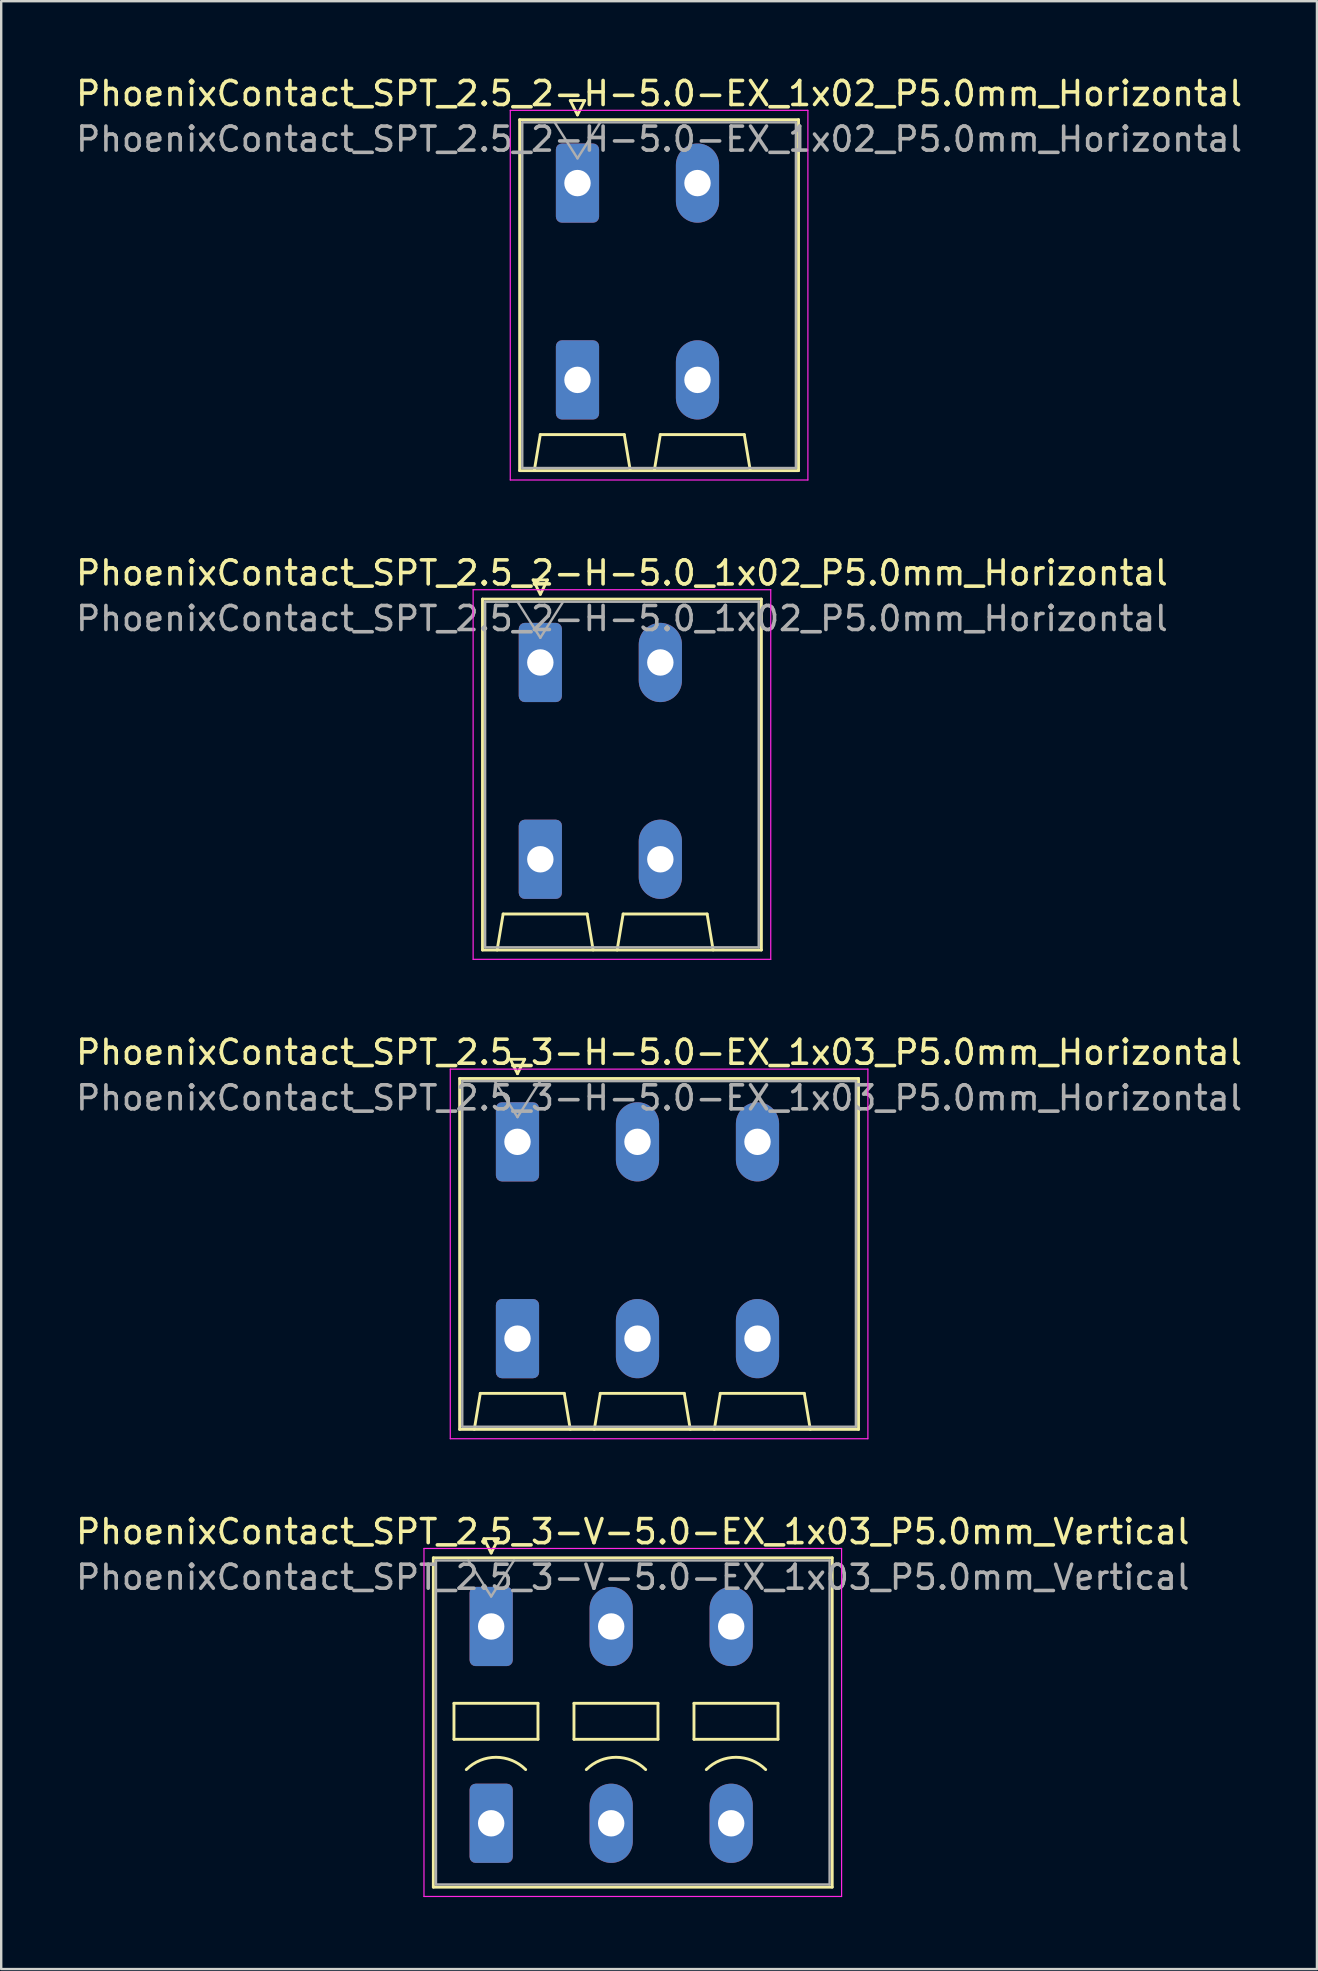
<source format=kicad_pcb>
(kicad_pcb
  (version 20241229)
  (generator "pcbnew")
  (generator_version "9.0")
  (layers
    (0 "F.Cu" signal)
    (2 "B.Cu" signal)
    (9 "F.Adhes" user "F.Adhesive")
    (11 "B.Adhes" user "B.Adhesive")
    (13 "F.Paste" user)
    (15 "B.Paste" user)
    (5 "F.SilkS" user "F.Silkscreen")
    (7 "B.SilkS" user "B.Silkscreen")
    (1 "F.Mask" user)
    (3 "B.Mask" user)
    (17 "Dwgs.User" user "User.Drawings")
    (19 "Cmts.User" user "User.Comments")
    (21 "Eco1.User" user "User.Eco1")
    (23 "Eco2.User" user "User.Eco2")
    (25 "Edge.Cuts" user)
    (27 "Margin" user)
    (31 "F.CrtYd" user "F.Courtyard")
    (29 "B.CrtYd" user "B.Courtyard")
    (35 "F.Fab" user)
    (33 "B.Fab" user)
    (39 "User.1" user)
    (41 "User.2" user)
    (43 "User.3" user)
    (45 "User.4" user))
  (footprint "PhoenixContact_SPT_2.5_3-H-5.0-EX_1x03_P5.0mm_Horizontal"
    (layer "F.Cu")
    (at 18.511 44.525)
    (property "Reference" "PhoenixContact_SPT_2.5_3-H-5.0-EX_1x03_P5.0mm_Horizontal" (at 5.9 -3.73 0) (layer "F.SilkS") (effects (font (size 1 1) (thickness 0.15))))
    (attr through_hole)
    (fp_line (start -2.41 -2.64) (end 14.21 -2.64) (stroke (width 0.12) (type solid)) (layer "F.SilkS"))
    (fp_line (start -2.41 11.98) (end -2.41 -2.64) (stroke (width 0.12) (type solid)) (layer "F.SilkS"))
    (fp_line (start -1.8 11.98) (end -1.55 10.48) (stroke (width 0.12) (type solid)) (layer "F.SilkS"))
    (fp_line (start -1.55 10.48) (end 1.95 10.48) (stroke (width 0.12) (type solid)) (layer "F.SilkS"))
    (fp_line (start -0.3 -3.44) (end 0 -2.84) (stroke (width 0.12) (type solid)) (layer "F.SilkS"))
    (fp_line (start -0.3 -3.44) (end 0.3 -3.44) (stroke (width 0.12) (type solid)) (layer "F.SilkS"))
    (fp_line (start 0.3 -3.44) (end 0 -2.84) (stroke (width 0.12) (type solid)) (layer "F.SilkS"))
    (fp_line (start 2.2 11.98) (end 1.95 10.48) (stroke (width 0.12) (type solid)) (layer "F.SilkS"))
    (fp_line (start 3.2 11.98) (end 3.45 10.48) (stroke (width 0.12) (type solid)) (layer "F.SilkS"))
    (fp_line (start 3.45 10.48) (end 6.95 10.48) (stroke (width 0.12) (type solid)) (layer "F.SilkS"))
    (fp_line (start 7.2 11.98) (end 6.95 10.48) (stroke (width 0.12) (type solid)) (layer "F.SilkS"))
    (fp_line (start 8.2 11.98) (end 8.45 10.48) (stroke (width 0.12) (type solid)) (layer "F.SilkS"))
    (fp_line (start 8.45 10.48) (end 11.95 10.48) (stroke (width 0.12) (type solid)) (layer "F.SilkS"))
    (fp_line (start 12.2 11.98) (end 11.95 10.48) (stroke (width 0.12) (type solid)) (layer "F.SilkS"))
    (fp_line (start 14.21 -2.64) (end 14.21 11.98) (stroke (width 0.12) (type solid)) (layer "F.SilkS"))
    (fp_line (start 14.21 11.98) (end -2.41 11.98) (stroke (width 0.12) (type solid)) (layer "F.SilkS"))
    (fp_line (start -2.8 -3.03) (end -2.8 12.37) (stroke (width 0.05) (type solid)) (layer "F.CrtYd"))
    (fp_line (start -2.8 12.37) (end 14.6 12.37) (stroke (width 0.05) (type solid)) (layer "F.CrtYd"))
    (fp_line (start 14.6 -3.03) (end -2.8 -3.03) (stroke (width 0.05) (type solid)) (layer "F.CrtYd"))
    (fp_line (start 14.6 12.37) (end 14.6 -3.03) (stroke (width 0.05) (type solid)) (layer "F.CrtYd"))
    (fp_line (start -2.3 -2.53) (end -2.3 11.87) (stroke (width 0.1) (type solid)) (layer "F.Fab"))
    (fp_line (start -2.3 11.87) (end 14.1 11.87) (stroke (width 0.1) (type solid)) (layer "F.Fab"))
    (fp_line (start -0.95 -2.53) (end 0 -1.03) (stroke (width 0.1) (type solid)) (layer "F.Fab"))
    (fp_line (start 0.95 -2.53) (end 0 -1.03) (stroke (width 0.1) (type solid)) (layer "F.Fab"))
    (fp_line (start 14.1 -2.53) (end -2.3 -2.53) (stroke (width 0.1) (type solid)) (layer "F.Fab"))
    (fp_line (start 14.1 11.87) (end 14.1 -2.53) (stroke (width 0.1) (type solid)) (layer "F.Fab"))
    (fp_text user "${REFERENCE}" (at 5.9 -1.83 0) (layer "F.Fab") (effects (font (size 1 1) (thickness 0.15))))
    (pad "1" thru_hole roundrect (at 0 0) (size 1.8 3.3) (drill 1.1) (layers "*.Cu" "*.Mask") (roundrect_rratio 0.139))
    (pad "1" thru_hole roundrect (at 0 8.2) (size 1.8 3.3) (drill 1.1) (layers "*.Cu" "*.Mask") (roundrect_rratio 0.139))
    (pad "2" thru_hole oval (at 5 0) (size 1.8 3.3) (drill 1.1) (layers "*.Cu" "*.Mask"))
    (pad "2" thru_hole oval (at 5 8.2) (size 1.8 3.3) (drill 1.1) (layers "*.Cu" "*.Mask"))
    (pad "3" thru_hole oval (at 10 0) (size 1.8 3.3) (drill 1.1) (layers "*.Cu" "*.Mask"))
    (pad "3" thru_hole oval (at 10 8.2) (size 1.8 3.3) (drill 1.1) (layers "*.Cu" "*.Mask")))
  (footprint "PhoenixContact_SPT_2.5_2-H-5.0-EX_1x02_P5.0mm_Horizontal"
    (layer "F.Cu")
    (at 21.011 4.578)
    (property "Reference" "PhoenixContact_SPT_2.5_2-H-5.0-EX_1x02_P5.0mm_Horizontal" (at 3.4 -3.73 0) (layer "F.SilkS") (effects (font (size 1 1) (thickness 0.15))))
    (attr through_hole)
    (fp_line (start -2.41 -2.64) (end 9.21 -2.64) (stroke (width 0.12) (type solid)) (layer "F.SilkS"))
    (fp_line (start -2.41 11.98) (end -2.41 -2.64) (stroke (width 0.12) (type solid)) (layer "F.SilkS"))
    (fp_line (start -1.8 11.98) (end -1.55 10.48) (stroke (width 0.12) (type solid)) (layer "F.SilkS"))
    (fp_line (start -1.55 10.48) (end 1.95 10.48) (stroke (width 0.12) (type solid)) (layer "F.SilkS"))
    (fp_line (start -0.3 -3.44) (end 0 -2.84) (stroke (width 0.12) (type solid)) (layer "F.SilkS"))
    (fp_line (start -0.3 -3.44) (end 0.3 -3.44) (stroke (width 0.12) (type solid)) (layer "F.SilkS"))
    (fp_line (start 0.3 -3.44) (end 0 -2.84) (stroke (width 0.12) (type solid)) (layer "F.SilkS"))
    (fp_line (start 2.2 11.98) (end 1.95 10.48) (stroke (width 0.12) (type solid)) (layer "F.SilkS"))
    (fp_line (start 3.2 11.98) (end 3.45 10.48) (stroke (width 0.12) (type solid)) (layer "F.SilkS"))
    (fp_line (start 3.45 10.48) (end 6.95 10.48) (stroke (width 0.12) (type solid)) (layer "F.SilkS"))
    (fp_line (start 7.2 11.98) (end 6.95 10.48) (stroke (width 0.12) (type solid)) (layer "F.SilkS"))
    (fp_line (start 9.21 -2.64) (end 9.21 11.98) (stroke (width 0.12) (type solid)) (layer "F.SilkS"))
    (fp_line (start 9.21 11.98) (end -2.41 11.98) (stroke (width 0.12) (type solid)) (layer "F.SilkS"))
    (fp_line (start -2.8 -3.03) (end -2.8 12.37) (stroke (width 0.05) (type solid)) (layer "F.CrtYd"))
    (fp_line (start -2.8 12.37) (end 9.6 12.37) (stroke (width 0.05) (type solid)) (layer "F.CrtYd"))
    (fp_line (start 9.6 -3.03) (end -2.8 -3.03) (stroke (width 0.05) (type solid)) (layer "F.CrtYd"))
    (fp_line (start 9.6 12.37) (end 9.6 -3.03) (stroke (width 0.05) (type solid)) (layer "F.CrtYd"))
    (fp_line (start -2.3 -2.53) (end -2.3 11.87) (stroke (width 0.1) (type solid)) (layer "F.Fab"))
    (fp_line (start -2.3 11.87) (end 9.1 11.87) (stroke (width 0.1) (type solid)) (layer "F.Fab"))
    (fp_line (start -0.95 -2.53) (end 0 -1.03) (stroke (width 0.1) (type solid)) (layer "F.Fab"))
    (fp_line (start 0.95 -2.53) (end 0 -1.03) (stroke (width 0.1) (type solid)) (layer "F.Fab"))
    (fp_line (start 9.1 -2.53) (end -2.3 -2.53) (stroke (width 0.1) (type solid)) (layer "F.Fab"))
    (fp_line (start 9.1 11.87) (end 9.1 -2.53) (stroke (width 0.1) (type solid)) (layer "F.Fab"))
    (fp_text user "${REFERENCE}" (at 3.4 -1.83 0) (layer "F.Fab") (effects (font (size 1 1) (thickness 0.15))))
    (pad "1" thru_hole roundrect (at 0 0) (size 1.8 3.3) (drill 1.1) (layers "*.Cu" "*.Mask") (roundrect_rratio 0.139))
    (pad "1" thru_hole roundrect (at 0 8.2) (size 1.8 3.3) (drill 1.1) (layers "*.Cu" "*.Mask") (roundrect_rratio 0.139))
    (pad "2" thru_hole oval (at 5 0) (size 1.8 3.3) (drill 1.1) (layers "*.Cu" "*.Mask"))
    (pad "2" thru_hole oval (at 5 8.2) (size 1.8 3.3) (drill 1.1) (layers "*.Cu" "*.Mask")))
  (footprint "PhoenixContact_SPT_2.5_3-V-5.0-EX_1x03_P5.0mm_Vertical"
    (layer "F.Cu")
    (at 17.415 64.718)
    (property "Reference" "PhoenixContact_SPT_2.5_3-V-5.0-EX_1x03_P5.0mm_Vertical" (at 5.9 -3.95 0) (layer "F.SilkS") (effects (font (size 1 1) (thickness 0.15))))
    (attr through_hole)
    (fp_line (start -2.41 -2.86) (end 14.21 -2.86) (stroke (width 0.12) (type solid)) (layer "F.SilkS"))
    (fp_line (start -2.41 10.86) (end -2.41 -2.86) (stroke (width 0.12) (type solid)) (layer "F.SilkS"))
    (fp_line (start -1.55 3.2) (end -1.55 4.7) (stroke (width 0.12) (type solid)) (layer "F.SilkS"))
    (fp_line (start -1.55 4.7) (end 1.95 4.7) (stroke (width 0.12) (type solid)) (layer "F.SilkS"))
    (fp_line (start -0.3 -3.66) (end 0 -3.06) (stroke (width 0.12) (type solid)) (layer "F.SilkS"))
    (fp_line (start -0.3 -3.66) (end 0.3 -3.66) (stroke (width 0.12) (type solid)) (layer "F.SilkS"))
    (fp_line (start 0.3 -3.66) (end 0 -3.06) (stroke (width 0.12) (type solid)) (layer "F.SilkS"))
    (fp_line (start 1.95 3.2) (end -1.55 3.2) (stroke (width 0.12) (type solid)) (layer "F.SilkS"))
    (fp_line (start 1.95 4.7) (end 1.95 3.2) (stroke (width 0.12) (type solid)) (layer "F.SilkS"))
    (fp_line (start 3.45 3.2) (end 3.45 4.7) (stroke (width 0.12) (type solid)) (layer "F.SilkS"))
    (fp_line (start 3.45 4.7) (end 6.95 4.7) (stroke (width 0.12) (type solid)) (layer "F.SilkS"))
    (fp_line (start 6.95 3.2) (end 3.45 3.2) (stroke (width 0.12) (type solid)) (layer "F.SilkS"))
    (fp_line (start 6.95 4.7) (end 6.95 3.2) (stroke (width 0.12) (type solid)) (layer "F.SilkS"))
    (fp_line (start 8.45 3.2) (end 8.45 4.7) (stroke (width 0.12) (type solid)) (layer "F.SilkS"))
    (fp_line (start 8.45 4.7) (end 11.95 4.7) (stroke (width 0.12) (type solid)) (layer "F.SilkS"))
    (fp_line (start 11.95 3.2) (end 8.45 3.2) (stroke (width 0.12) (type solid)) (layer "F.SilkS"))
    (fp_line (start 11.95 4.7) (end 11.95 3.2) (stroke (width 0.12) (type solid)) (layer "F.SilkS"))
    (fp_line (start 14.21 -2.86) (end 14.21 10.86) (stroke (width 0.12) (type solid)) (layer "F.SilkS"))
    (fp_line (start 14.21 10.86) (end -2.41 10.86) (stroke (width 0.12) (type solid)) (layer "F.SilkS"))
    (fp_arc (start -1.037437 5.962563) (mid 0.2 5.45) (end 1.437437 5.962563) (stroke (width 0.12) (type solid)) (layer "F.SilkS"))
    (fp_arc (start 3.962563 5.962563) (mid 5.2 5.45) (end 6.437437 5.962563) (stroke (width 0.12) (type solid)) (layer "F.SilkS"))
    (fp_arc (start 8.962563 5.962563) (mid 10.2 5.45) (end 11.437437 5.962563) (stroke (width 0.12) (type solid)) (layer "F.SilkS"))
    (fp_line (start -2.8 -3.25) (end -2.8 11.25) (stroke (width 0.05) (type solid)) (layer "F.CrtYd"))
    (fp_line (start -2.8 11.25) (end 14.6 11.25) (stroke (width 0.05) (type solid)) (layer "F.CrtYd"))
    (fp_line (start 14.6 -3.25) (end -2.8 -3.25) (stroke (width 0.05) (type solid)) (layer "F.CrtYd"))
    (fp_line (start 14.6 11.25) (end 14.6 -3.25) (stroke (width 0.05) (type solid)) (layer "F.CrtYd"))
    (fp_line (start -2.3 -2.75) (end -2.3 10.75) (stroke (width 0.1) (type solid)) (layer "F.Fab"))
    (fp_line (start -2.3 10.75) (end 14.1 10.75) (stroke (width 0.1) (type solid)) (layer "F.Fab"))
    (fp_line (start -0.95 -2.75) (end 0 -1.25) (stroke (width 0.1) (type solid)) (layer "F.Fab"))
    (fp_line (start 0.95 -2.75) (end 0 -1.25) (stroke (width 0.1) (type solid)) (layer "F.Fab"))
    (fp_line (start 14.1 -2.75) (end -2.3 -2.75) (stroke (width 0.1) (type solid)) (layer "F.Fab"))
    (fp_line (start 14.1 10.75) (end 14.1 -2.75) (stroke (width 0.1) (type solid)) (layer "F.Fab"))
    (fp_text user "${REFERENCE}" (at 5.9 -2.05 0) (layer "F.Fab") (effects (font (size 1 1) (thickness 0.15))))
    (pad "1" thru_hole roundrect (at 0 0) (size 1.8 3.3) (drill 1.1) (layers "*.Cu" "*.Mask") (roundrect_rratio 0.139))
    (pad "1" thru_hole roundrect (at 0 8.2) (size 1.8 3.3) (drill 1.1) (layers "*.Cu" "*.Mask") (roundrect_rratio 0.139))
    (pad "2" thru_hole oval (at 5 0) (size 1.8 3.3) (drill 1.1) (layers "*.Cu" "*.Mask"))
    (pad "2" thru_hole oval (at 5 8.2) (size 1.8 3.3) (drill 1.1) (layers "*.Cu" "*.Mask"))
    (pad "3" thru_hole oval (at 10 0) (size 1.8 3.3) (drill 1.1) (layers "*.Cu" "*.Mask"))
    (pad "3" thru_hole oval (at 10 8.2) (size 1.8 3.3) (drill 1.1) (layers "*.Cu" "*.Mask")))
  (footprint "PhoenixContact_SPT_2.5_2-H-5.0_1x02_P5.0mm_Horizontal"
    (layer "F.Cu")
    (at 19.463 24.552)
    (property "Reference" "PhoenixContact_SPT_2.5_2-H-5.0_1x02_P5.0mm_Horizontal" (at 3.4 -3.73 0) (layer "F.SilkS") (effects (font (size 1 1) (thickness 0.15))))
    (attr through_hole)
    (fp_line (start -2.41 -2.64) (end 9.21 -2.64) (stroke (width 0.12) (type solid)) (layer "F.SilkS"))
    (fp_line (start -2.41 11.98) (end -2.41 -2.64) (stroke (width 0.12) (type solid)) (layer "F.SilkS"))
    (fp_line (start -1.8 11.98) (end -1.55 10.48) (stroke (width 0.12) (type solid)) (layer "F.SilkS"))
    (fp_line (start -1.55 10.48) (end 1.95 10.48) (stroke (width 0.12) (type solid)) (layer "F.SilkS"))
    (fp_line (start -0.3 -3.44) (end 0 -2.84) (stroke (width 0.12) (type solid)) (layer "F.SilkS"))
    (fp_line (start -0.3 -3.44) (end 0.3 -3.44) (stroke (width 0.12) (type solid)) (layer "F.SilkS"))
    (fp_line (start 0.3 -3.44) (end 0 -2.84) (stroke (width 0.12) (type solid)) (layer "F.SilkS"))
    (fp_line (start 2.2 11.98) (end 1.95 10.48) (stroke (width 0.12) (type solid)) (layer "F.SilkS"))
    (fp_line (start 3.2 11.98) (end 3.45 10.48) (stroke (width 0.12) (type solid)) (layer "F.SilkS"))
    (fp_line (start 3.45 10.48) (end 6.95 10.48) (stroke (width 0.12) (type solid)) (layer "F.SilkS"))
    (fp_line (start 7.2 11.98) (end 6.95 10.48) (stroke (width 0.12) (type solid)) (layer "F.SilkS"))
    (fp_line (start 9.21 -2.64) (end 9.21 11.98) (stroke (width 0.12) (type solid)) (layer "F.SilkS"))
    (fp_line (start 9.21 11.98) (end -2.41 11.98) (stroke (width 0.12) (type solid)) (layer "F.SilkS"))
    (fp_line (start -2.8 -3.03) (end -2.8 12.37) (stroke (width 0.05) (type solid)) (layer "F.CrtYd"))
    (fp_line (start -2.8 12.37) (end 9.6 12.37) (stroke (width 0.05) (type solid)) (layer "F.CrtYd"))
    (fp_line (start 9.6 -3.03) (end -2.8 -3.03) (stroke (width 0.05) (type solid)) (layer "F.CrtYd"))
    (fp_line (start 9.6 12.37) (end 9.6 -3.03) (stroke (width 0.05) (type solid)) (layer "F.CrtYd"))
    (fp_line (start -2.3 -2.53) (end -2.3 11.87) (stroke (width 0.1) (type solid)) (layer "F.Fab"))
    (fp_line (start -2.3 11.87) (end 9.1 11.87) (stroke (width 0.1) (type solid)) (layer "F.Fab"))
    (fp_line (start -0.95 -2.53) (end 0 -1.03) (stroke (width 0.1) (type solid)) (layer "F.Fab"))
    (fp_line (start 0.95 -2.53) (end 0 -1.03) (stroke (width 0.1) (type solid)) (layer "F.Fab"))
    (fp_line (start 9.1 -2.53) (end -2.3 -2.53) (stroke (width 0.1) (type solid)) (layer "F.Fab"))
    (fp_line (start 9.1 11.87) (end 9.1 -2.53) (stroke (width 0.1) (type solid)) (layer "F.Fab"))
    (fp_text user "${REFERENCE}" (at 3.4 -1.83 0) (layer "F.Fab") (effects (font (size 1 1) (thickness 0.15))))
    (pad "1" thru_hole roundrect (at 0 0) (size 1.8 3.3) (drill 1.1) (layers "*.Cu" "*.Mask") (roundrect_rratio 0.139))
    (pad "1" thru_hole roundrect (at 0 8.2) (size 1.8 3.3) (drill 1.1) (layers "*.Cu" "*.Mask") (roundrect_rratio 0.139))
    (pad "2" thru_hole oval (at 5 0) (size 1.8 3.3) (drill 1.1) (layers "*.Cu" "*.Mask"))
    (pad "2" thru_hole oval (at 5 8.2) (size 1.8 3.3) (drill 1.1) (layers "*.Cu" "*.Mask")))
  (gr_rect
    (start -3 -3)
    (end 51.821 78.993)
    (stroke (width 0.1) (type default))
    (fill no)
    (layer "Edge.Cuts")))
</source>
